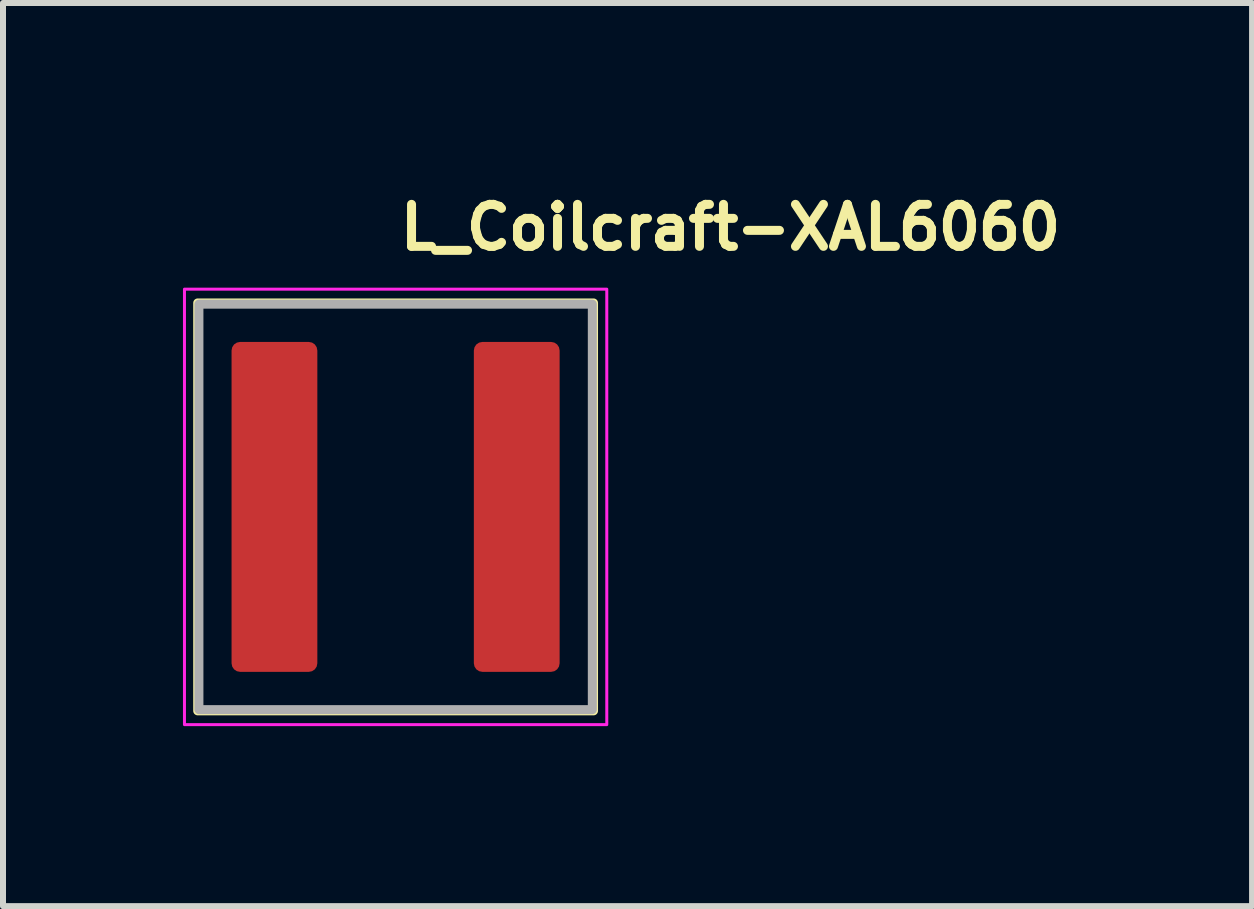
<source format=kicad_pcb>
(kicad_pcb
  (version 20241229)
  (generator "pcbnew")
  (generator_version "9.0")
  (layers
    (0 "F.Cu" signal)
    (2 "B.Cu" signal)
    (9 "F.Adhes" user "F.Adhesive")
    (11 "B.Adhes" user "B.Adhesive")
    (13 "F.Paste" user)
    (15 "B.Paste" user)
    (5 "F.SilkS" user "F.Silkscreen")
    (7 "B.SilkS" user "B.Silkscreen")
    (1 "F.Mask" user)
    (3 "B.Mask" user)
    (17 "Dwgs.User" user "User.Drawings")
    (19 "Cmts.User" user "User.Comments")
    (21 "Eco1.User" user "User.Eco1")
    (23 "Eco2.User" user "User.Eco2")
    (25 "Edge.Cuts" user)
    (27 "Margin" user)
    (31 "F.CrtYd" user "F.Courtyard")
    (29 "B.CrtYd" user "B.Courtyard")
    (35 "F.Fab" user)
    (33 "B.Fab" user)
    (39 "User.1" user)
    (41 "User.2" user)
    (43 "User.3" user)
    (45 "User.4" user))
  (footprint "L_Coilcraft-XAL6060"
    (layer "F.Cu")
    (at 3.545 5.4)
    (property "Reference" "L_Coilcraft-XAL6060" (at 0 -4.25 0) (unlocked yes) (layer "F.SilkS") (effects (font (size 0.7 0.7) (thickness 0.15)) (justify left bottom)))
    (attr smd)
    (fp_rect (start -3.299 -3.4) (end 3.299 3.4) (stroke (width 0.15) (type solid)) (fill no) (layer "F.SilkS"))
    (fp_rect (start -3.52 -3.63) (end 3.52 3.63) (stroke (width 0.05) (type solid)) (fill no) (layer "F.CrtYd"))
    (fp_rect (start -3.279 -3.38) (end 3.279 3.38) (stroke (width 0.15) (type solid)) (fill no) (layer "F.Fab"))
    (fp_rect (start -3.279 -3.38) (end 3.279 3.38) (stroke (width 0.1) (type solid)) (fill no) (layer "User.5"))
    (fp_line (start -3.279 -3.142) (end -3.278 -3.154) (stroke (width 0.02) (type solid)) (layer "User.9"))
    (fp_line (start -3.279 -3.13) (end -3.279 -3.142) (stroke (width 0.02) (type solid)) (layer "User.9"))
    (fp_line (start -3.279 -3.13) (end -3.279 3.13) (stroke (width 0.02) (type solid)) (layer "User.9"))
    (fp_line (start -3.279 3.142) (end -3.279 3.13) (stroke (width 0.02) (type solid)) (layer "User.9"))
    (fp_line (start -3.278 -3.154) (end -3.277 -3.166) (stroke (width 0.02) (type solid)) (layer "User.9"))
    (fp_line (start -3.278 3.154) (end -3.279 3.142) (stroke (width 0.02) (type solid)) (layer "User.9"))
    (fp_line (start -3.277 -3.166) (end -3.275 -3.178) (stroke (width 0.02) (type solid)) (layer "User.9"))
    (fp_line (start -3.277 3.166) (end -3.278 3.154) (stroke (width 0.02) (type solid)) (layer "User.9"))
    (fp_line (start -3.275 -3.178) (end -3.272 -3.19) (stroke (width 0.02) (type solid)) (layer "User.9"))
    (fp_line (start -3.275 3.178) (end -3.277 3.166) (stroke (width 0.02) (type solid)) (layer "User.9"))
    (fp_line (start -3.272 -3.19) (end -3.269 -3.202) (stroke (width 0.02) (type solid)) (layer "User.9"))
    (fp_line (start -3.272 3.19) (end -3.275 3.178) (stroke (width 0.02) (type solid)) (layer "User.9"))
    (fp_line (start -3.269 -3.202) (end -3.265 -3.214) (stroke (width 0.02) (type solid)) (layer "User.9"))
    (fp_line (start -3.269 3.202) (end -3.272 3.19) (stroke (width 0.02) (type solid)) (layer "User.9"))
    (fp_line (start -3.265 -3.214) (end -3.26 -3.225) (stroke (width 0.02) (type solid)) (layer "User.9"))
    (fp_line (start -3.265 3.214) (end -3.269 3.202) (stroke (width 0.02) (type solid)) (layer "User.9"))
    (fp_line (start -3.26 -3.225) (end -3.256 -3.236) (stroke (width 0.02) (type solid)) (layer "User.9"))
    (fp_line (start -3.26 3.225) (end -3.265 3.214) (stroke (width 0.02) (type solid)) (layer "User.9"))
    (fp_line (start -3.256 -3.236) (end -3.25 -3.247) (stroke (width 0.02) (type solid)) (layer "User.9"))
    (fp_line (start -3.256 3.236) (end -3.26 3.225) (stroke (width 0.02) (type solid)) (layer "User.9"))
    (fp_line (start -3.25 -3.247) (end -3.244 -3.258) (stroke (width 0.02) (type solid)) (layer "User.9"))
    (fp_line (start -3.25 3.247) (end -3.256 3.236) (stroke (width 0.02) (type solid)) (layer "User.9"))
    (fp_line (start -3.244 -3.258) (end -3.237 -3.268) (stroke (width 0.02) (type solid)) (layer "User.9"))
    (fp_line (start -3.244 3.258) (end -3.25 3.247) (stroke (width 0.02) (type solid)) (layer "User.9"))
    (fp_line (start -3.237 -3.268) (end -3.23 -3.278) (stroke (width 0.02) (type solid)) (layer "User.9"))
    (fp_line (start -3.237 3.268) (end -3.244 3.258) (stroke (width 0.02) (type solid)) (layer "User.9"))
    (fp_line (start -3.23 -3.278) (end -3.223 -3.288) (stroke (width 0.02) (type solid)) (layer "User.9"))
    (fp_line (start -3.23 3.278) (end -3.237 3.268) (stroke (width 0.02) (type solid)) (layer "User.9"))
    (fp_line (start -3.223 -3.288) (end -3.215 -3.297) (stroke (width 0.02) (type solid)) (layer "User.9"))
    (fp_line (start -3.223 3.288) (end -3.23 3.278) (stroke (width 0.02) (type solid)) (layer "User.9"))
    (fp_line (start -3.215 -3.297) (end -3.206 -3.306) (stroke (width 0.02) (type solid)) (layer "User.9"))
    (fp_line (start -3.215 3.297) (end -3.223 3.288) (stroke (width 0.02) (type solid)) (layer "User.9"))
    (fp_line (start -3.206 -3.306) (end -3.206 -3.306) (stroke (width 0.02) (type solid)) (layer "User.9"))
    (fp_line (start -3.206 -3.306) (end -3.197 -3.315) (stroke (width 0.02) (type solid)) (layer "User.9"))
    (fp_line (start -3.206 3.306) (end -3.215 3.297) (stroke (width 0.02) (type solid)) (layer "User.9"))
    (fp_line (start -3.206 3.306) (end -3.206 3.306) (stroke (width 0.02) (type solid)) (layer "User.9"))
    (fp_line (start -3.197 -3.315) (end -3.188 -3.323) (stroke (width 0.02) (type solid)) (layer "User.9"))
    (fp_line (start -3.197 3.315) (end -3.206 3.306) (stroke (width 0.02) (type solid)) (layer "User.9"))
    (fp_line (start -3.188 -3.323) (end -3.178 -3.33) (stroke (width 0.02) (type solid)) (layer "User.9"))
    (fp_line (start -3.188 3.323) (end -3.197 3.315) (stroke (width 0.02) (type solid)) (layer "User.9"))
    (fp_line (start -3.178 -3.33) (end -3.168 -3.337) (stroke (width 0.02) (type solid)) (layer "User.9"))
    (fp_line (start -3.178 3.33) (end -3.188 3.323) (stroke (width 0.02) (type solid)) (layer "User.9"))
    (fp_line (start -3.168 -3.337) (end -3.158 -3.344) (stroke (width 0.02) (type solid)) (layer "User.9"))
    (fp_line (start -3.168 3.337) (end -3.178 3.33) (stroke (width 0.02) (type solid)) (layer "User.9"))
    (fp_line (start -3.158 -3.344) (end -3.147 -3.35) (stroke (width 0.02) (type solid)) (layer "User.9"))
    (fp_line (start -3.158 3.344) (end -3.168 3.337) (stroke (width 0.02) (type solid)) (layer "User.9"))
    (fp_line (start -3.147 -3.35) (end -3.136 -3.356) (stroke (width 0.02) (type solid)) (layer "User.9"))
    (fp_line (start -3.147 3.35) (end -3.158 3.344) (stroke (width 0.02) (type solid)) (layer "User.9"))
    (fp_line (start -3.136 -3.356) (end -3.125 -3.36) (stroke (width 0.02) (type solid)) (layer "User.9"))
    (fp_line (start -3.136 3.356) (end -3.147 3.35) (stroke (width 0.02) (type solid)) (layer "User.9"))
    (fp_line (start -3.125 -3.36) (end -3.114 -3.365) (stroke (width 0.02) (type solid)) (layer "User.9"))
    (fp_line (start -3.125 3.36) (end -3.136 3.356) (stroke (width 0.02) (type solid)) (layer "User.9"))
    (fp_line (start -3.114 -3.365) (end -3.102 -3.369) (stroke (width 0.02) (type solid)) (layer "User.9"))
    (fp_line (start -3.114 3.365) (end -3.125 3.36) (stroke (width 0.02) (type solid)) (layer "User.9"))
    (fp_line (start -3.102 -3.369) (end -3.09 -3.372) (stroke (width 0.02) (type solid)) (layer "User.9"))
    (fp_line (start -3.102 3.369) (end -3.114 3.365) (stroke (width 0.02) (type solid)) (layer "User.9"))
    (fp_line (start -3.09 -3.372) (end -3.079 -3.375) (stroke (width 0.02) (type solid)) (layer "User.9"))
    (fp_line (start -3.09 3.372) (end -3.102 3.369) (stroke (width 0.02) (type solid)) (layer "User.9"))
    (fp_line (start -3.079 -3.375) (end -3.066 -3.377) (stroke (width 0.02) (type solid)) (layer "User.9"))
    (fp_line (start -3.079 3.375) (end -3.09 3.372) (stroke (width 0.02) (type solid)) (layer "User.9"))
    (fp_line (start -3.066 -3.377) (end -3.054 -3.378) (stroke (width 0.02) (type solid)) (layer "User.9"))
    (fp_line (start -3.066 3.377) (end -3.079 3.375) (stroke (width 0.02) (type solid)) (layer "User.9"))
    (fp_line (start -3.054 -3.378) (end -3.042 -3.379) (stroke (width 0.02) (type solid)) (layer "User.9"))
    (fp_line (start -3.054 3.378) (end -3.066 3.377) (stroke (width 0.02) (type solid)) (layer "User.9"))
    (fp_line (start -3.042 -3.379) (end -3.029 -3.38) (stroke (width 0.02) (type solid)) (layer "User.9"))
    (fp_line (start -3.042 3.379) (end -3.054 3.378) (stroke (width 0.02) (type solid)) (layer "User.9"))
    (fp_line (start -3.029 3.38) (end -3.042 3.379) (stroke (width 0.02) (type solid)) (layer "User.9"))
    (fp_line (start -3.029 3.38) (end 3.029 3.38) (stroke (width 0.02) (type solid)) (layer "User.9"))
    (fp_line (start -2.592 -3) (end -2.342 -3) (stroke (width 0.02) (type solid)) (layer "User.9"))
    (fp_line (start -2.592 3) (end -2.592 -3) (stroke (width 0.02) (type solid)) (layer "User.9"))
    (fp_line (start -2.342 -3) (end -2.342 3) (stroke (width 0.02) (type solid)) (layer "User.9"))
    (fp_line (start -2.342 3) (end -2.592 3) (stroke (width 0.02) (type solid)) (layer "User.9"))
    (fp_line (start 3.029 -3.38) (end -3.029 -3.38) (stroke (width 0.02) (type solid)) (layer "User.9"))
    (fp_line (start 3.029 -3.38) (end 3.042 -3.379) (stroke (width 0.02) (type solid)) (layer "User.9"))
    (fp_line (start 3.042 -3.379) (end 3.054 -3.378) (stroke (width 0.02) (type solid)) (layer "User.9"))
    (fp_line (start 3.042 3.379) (end 3.029 3.38) (stroke (width 0.02) (type solid)) (layer "User.9"))
    (fp_line (start 3.054 -3.378) (end 3.066 -3.377) (stroke (width 0.02) (type solid)) (layer "User.9"))
    (fp_line (start 3.054 3.378) (end 3.042 3.379) (stroke (width 0.02) (type solid)) (layer "User.9"))
    (fp_line (start 3.066 -3.377) (end 3.079 -3.375) (stroke (width 0.02) (type solid)) (layer "User.9"))
    (fp_line (start 3.066 3.377) (end 3.054 3.378) (stroke (width 0.02) (type solid)) (layer "User.9"))
    (fp_line (start 3.079 -3.375) (end 3.09 -3.372) (stroke (width 0.02) (type solid)) (layer "User.9"))
    (fp_line (start 3.079 3.375) (end 3.066 3.377) (stroke (width 0.02) (type solid)) (layer "User.9"))
    (fp_line (start 3.09 -3.372) (end 3.102 -3.369) (stroke (width 0.02) (type solid)) (layer "User.9"))
    (fp_line (start 3.09 3.372) (end 3.079 3.375) (stroke (width 0.02) (type solid)) (layer "User.9"))
    (fp_line (start 3.102 -3.369) (end 3.114 -3.365) (stroke (width 0.02) (type solid)) (layer "User.9"))
    (fp_line (start 3.102 3.369) (end 3.09 3.372) (stroke (width 0.02) (type solid)) (layer "User.9"))
    (fp_line (start 3.114 -3.365) (end 3.125 -3.36) (stroke (width 0.02) (type solid)) (layer "User.9"))
    (fp_line (start 3.114 3.365) (end 3.102 3.369) (stroke (width 0.02) (type solid)) (layer "User.9"))
    (fp_line (start 3.125 -3.36) (end 3.136 -3.356) (stroke (width 0.02) (type solid)) (layer "User.9"))
    (fp_line (start 3.125 3.36) (end 3.114 3.365) (stroke (width 0.02) (type solid)) (layer "User.9"))
    (fp_line (start 3.136 -3.356) (end 3.147 -3.35) (stroke (width 0.02) (type solid)) (layer "User.9"))
    (fp_line (start 3.136 3.356) (end 3.125 3.36) (stroke (width 0.02) (type solid)) (layer "User.9"))
    (fp_line (start 3.147 -3.35) (end 3.158 -3.344) (stroke (width 0.02) (type solid)) (layer "User.9"))
    (fp_line (start 3.147 3.35) (end 3.136 3.356) (stroke (width 0.02) (type solid)) (layer "User.9"))
    (fp_line (start 3.158 -3.344) (end 3.168 -3.337) (stroke (width 0.02) (type solid)) (layer "User.9"))
    (fp_line (start 3.158 3.344) (end 3.147 3.35) (stroke (width 0.02) (type solid)) (layer "User.9"))
    (fp_line (start 3.168 -3.337) (end 3.178 -3.33) (stroke (width 0.02) (type solid)) (layer "User.9"))
    (fp_line (start 3.168 3.337) (end 3.158 3.344) (stroke (width 0.02) (type solid)) (layer "User.9"))
    (fp_line (start 3.178 -3.33) (end 3.188 -3.323) (stroke (width 0.02) (type solid)) (layer "User.9"))
    (fp_line (start 3.178 3.33) (end 3.168 3.337) (stroke (width 0.02) (type solid)) (layer "User.9"))
    (fp_line (start 3.188 -3.323) (end 3.197 -3.315) (stroke (width 0.02) (type solid)) (layer "User.9"))
    (fp_line (start 3.188 3.323) (end 3.178 3.33) (stroke (width 0.02) (type solid)) (layer "User.9"))
    (fp_line (start 3.197 -3.315) (end 3.206 -3.306) (stroke (width 0.02) (type solid)) (layer "User.9"))
    (fp_line (start 3.197 3.315) (end 3.188 3.323) (stroke (width 0.02) (type solid)) (layer "User.9"))
    (fp_line (start 3.206 -3.306) (end 3.206 -3.306) (stroke (width 0.02) (type solid)) (layer "User.9"))
    (fp_line (start 3.206 -3.306) (end 3.215 -3.297) (stroke (width 0.02) (type solid)) (layer "User.9"))
    (fp_line (start 3.206 3.306) (end 3.197 3.315) (stroke (width 0.02) (type solid)) (layer "User.9"))
    (fp_line (start 3.206 3.306) (end 3.206 3.306) (stroke (width 0.02) (type solid)) (layer "User.9"))
    (fp_line (start 3.215 -3.297) (end 3.223 -3.288) (stroke (width 0.02) (type solid)) (layer "User.9"))
    (fp_line (start 3.215 3.297) (end 3.206 3.306) (stroke (width 0.02) (type solid)) (layer "User.9"))
    (fp_line (start 3.223 -3.288) (end 3.23 -3.278) (stroke (width 0.02) (type solid)) (layer "User.9"))
    (fp_line (start 3.223 3.288) (end 3.215 3.297) (stroke (width 0.02) (type solid)) (layer "User.9"))
    (fp_line (start 3.23 -3.278) (end 3.237 -3.268) (stroke (width 0.02) (type solid)) (layer "User.9"))
    (fp_line (start 3.23 3.278) (end 3.223 3.288) (stroke (width 0.02) (type solid)) (layer "User.9"))
    (fp_line (start 3.237 -3.268) (end 3.244 -3.258) (stroke (width 0.02) (type solid)) (layer "User.9"))
    (fp_line (start 3.237 3.268) (end 3.23 3.278) (stroke (width 0.02) (type solid)) (layer "User.9"))
    (fp_line (start 3.244 -3.258) (end 3.25 -3.247) (stroke (width 0.02) (type solid)) (layer "User.9"))
    (fp_line (start 3.244 3.258) (end 3.237 3.268) (stroke (width 0.02) (type solid)) (layer "User.9"))
    (fp_line (start 3.25 -3.247) (end 3.256 -3.236) (stroke (width 0.02) (type solid)) (layer "User.9"))
    (fp_line (start 3.25 3.247) (end 3.244 3.258) (stroke (width 0.02) (type solid)) (layer "User.9"))
    (fp_line (start 3.256 -3.236) (end 3.26 -3.225) (stroke (width 0.02) (type solid)) (layer "User.9"))
    (fp_line (start 3.256 3.236) (end 3.25 3.247) (stroke (width 0.02) (type solid)) (layer "User.9"))
    (fp_line (start 3.26 -3.225) (end 3.265 -3.214) (stroke (width 0.02) (type solid)) (layer "User.9"))
    (fp_line (start 3.26 3.225) (end 3.256 3.236) (stroke (width 0.02) (type solid)) (layer "User.9"))
    (fp_line (start 3.265 -3.214) (end 3.269 -3.202) (stroke (width 0.02) (type solid)) (layer "User.9"))
    (fp_line (start 3.265 3.214) (end 3.26 3.225) (stroke (width 0.02) (type solid)) (layer "User.9"))
    (fp_line (start 3.269 -3.202) (end 3.272 -3.19) (stroke (width 0.02) (type solid)) (layer "User.9"))
    (fp_line (start 3.269 3.202) (end 3.265 3.214) (stroke (width 0.02) (type solid)) (layer "User.9"))
    (fp_line (start 3.272 -3.19) (end 3.275 -3.178) (stroke (width 0.02) (type solid)) (layer "User.9"))
    (fp_line (start 3.272 3.19) (end 3.269 3.202) (stroke (width 0.02) (type solid)) (layer "User.9"))
    (fp_line (start 3.275 -3.178) (end 3.277 -3.166) (stroke (width 0.02) (type solid)) (layer "User.9"))
    (fp_line (start 3.275 3.178) (end 3.272 3.19) (stroke (width 0.02) (type solid)) (layer "User.9"))
    (fp_line (start 3.277 -3.166) (end 3.278 -3.154) (stroke (width 0.02) (type solid)) (layer "User.9"))
    (fp_line (start 3.277 3.166) (end 3.275 3.178) (stroke (width 0.02) (type solid)) (layer "User.9"))
    (fp_line (start 3.278 -3.154) (end 3.279 -3.142) (stroke (width 0.02) (type solid)) (layer "User.9"))
    (fp_line (start 3.278 3.154) (end 3.277 3.166) (stroke (width 0.02) (type solid)) (layer "User.9"))
    (fp_line (start 3.279 -3.142) (end 3.279 -3.13) (stroke (width 0.02) (type solid)) (layer "User.9"))
    (fp_line (start 3.279 3.13) (end 3.279 -3.13) (stroke (width 0.02) (type solid)) (layer "User.9"))
    (fp_line (start 3.279 3.13) (end 3.279 3.142) (stroke (width 0.02) (type solid)) (layer "User.9"))
    (fp_line (start 3.279 3.142) (end 3.278 3.154) (stroke (width 0.02) (type solid)) (layer "User.9"))
    (pad "1" smd roundrect (at -2.02 0) (size 1.43 5.5) (layers "F.Cu" "F.Mask" "F.Paste") (roundrect_rratio 0.1))
    (pad "2" smd roundrect (at 2.019 0) (size 1.43 5.5) (layers "F.Cu" "F.Mask" "F.Paste") (roundrect_rratio 0.1)))
  (gr_rect
    (start -3 -3)
    (end 17.822 12.055)
    (stroke (width 0.1) (type default))
    (fill no)
    (layer "Edge.Cuts")))
</source>
